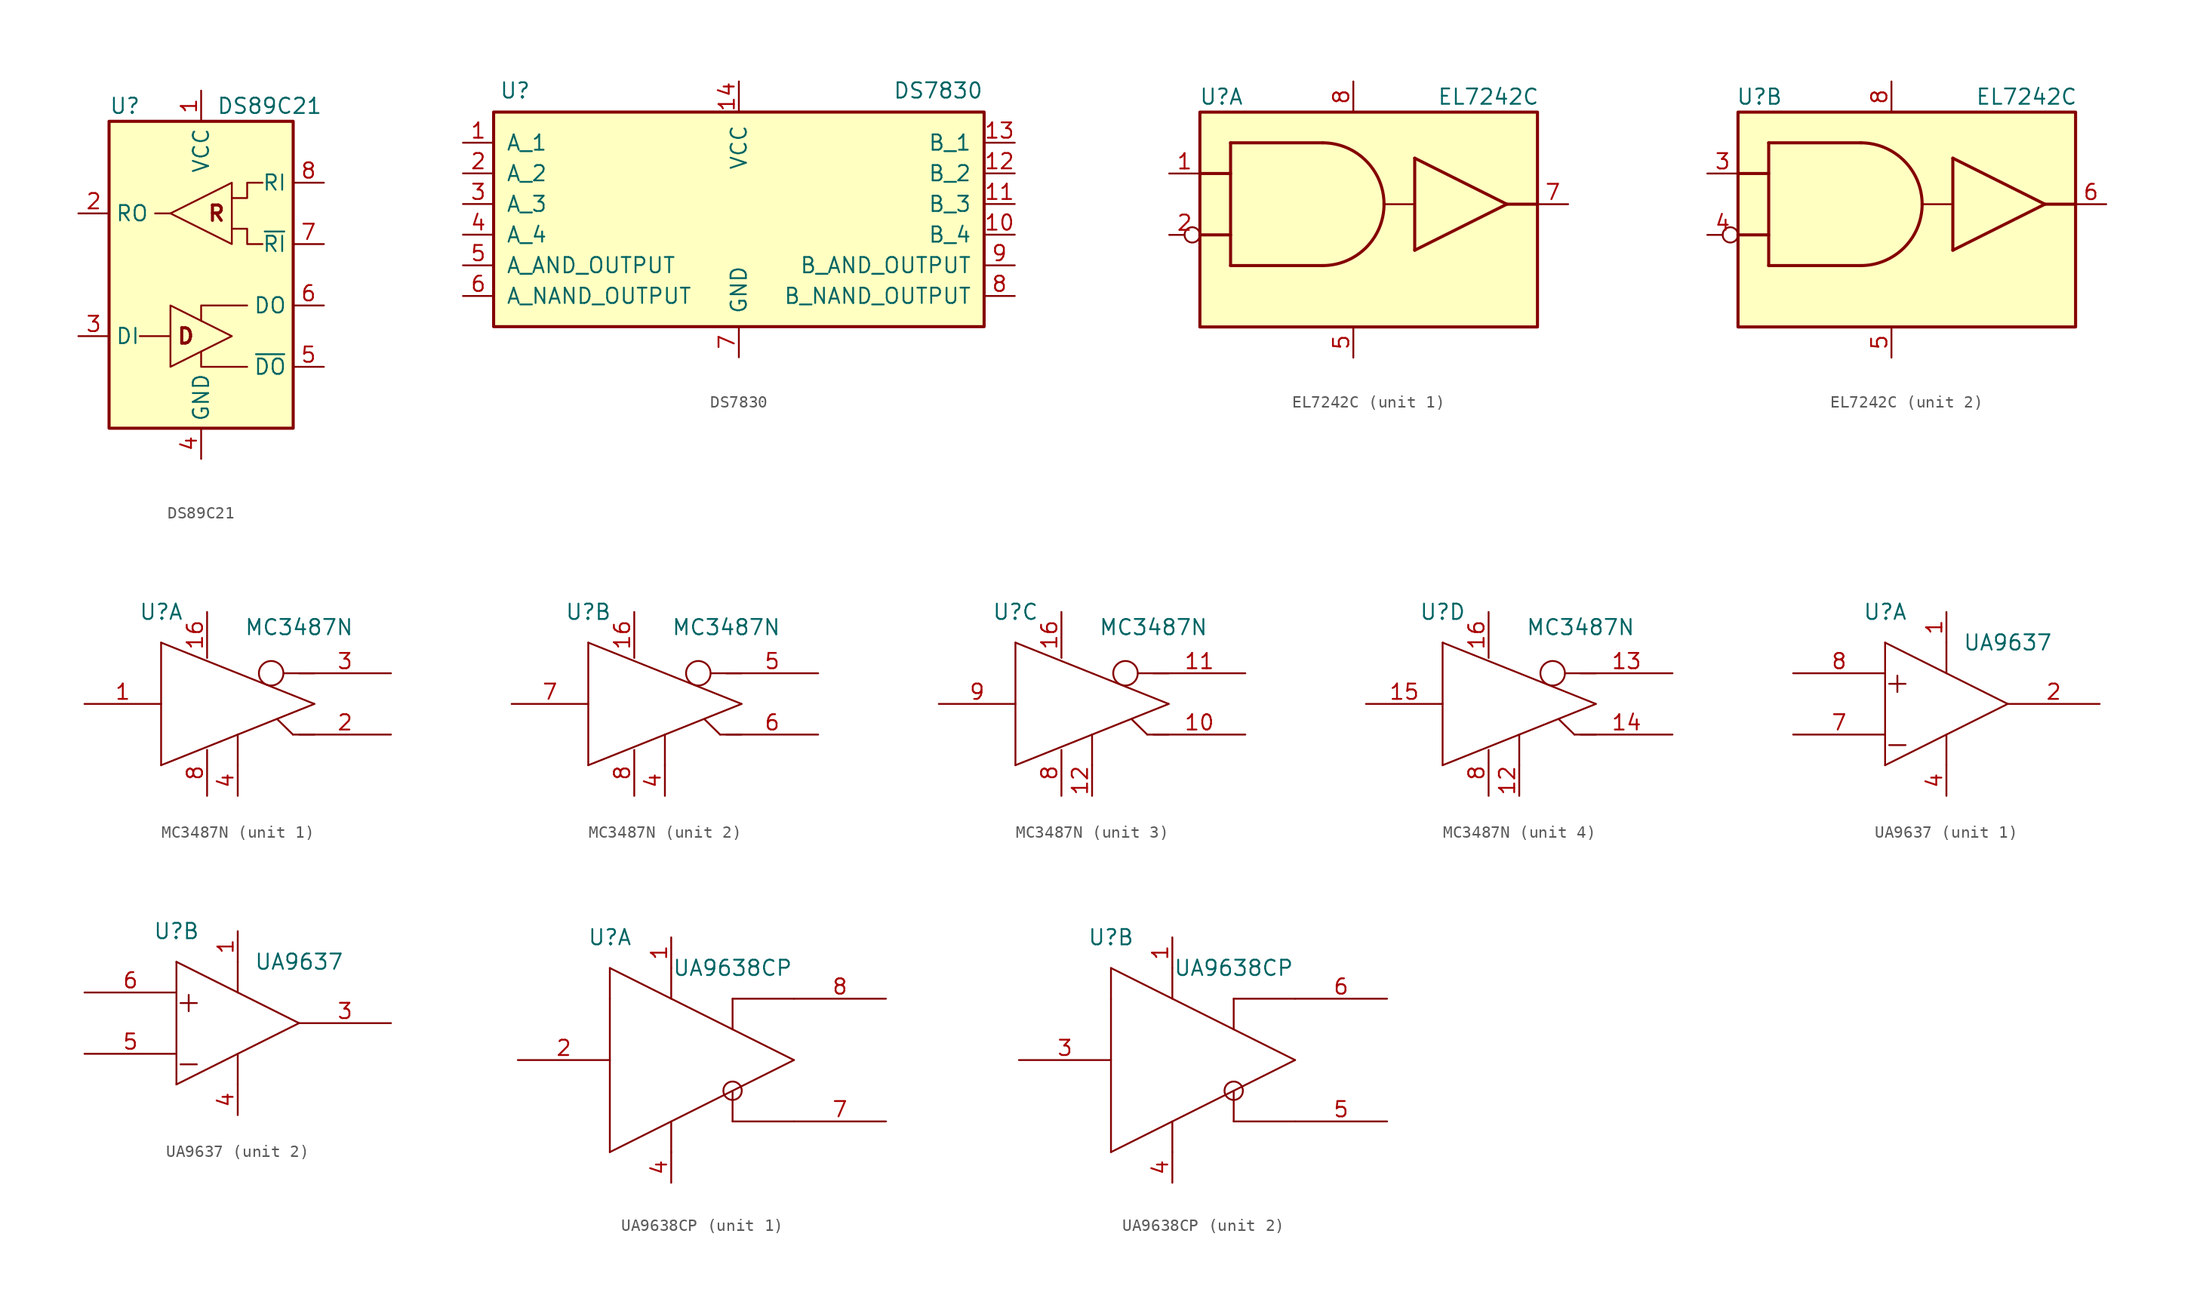
<source format=kicad_sym>
(kicad_symbol_lib
  (version 20201005)
  (generator kicad_symbol_editor)
  (symbol "DS89C21"
    (property "Reference" "U"
      (at -7.62 13.97 0)
      (effects (font (size 1.27 1.27)) (justify left)))
    (property "Value" "DS89C21"
      (at 1.27 13.97 0)
      (effects (font (size 1.27 1.27)) (justify left)))
    (symbol "DS89C21_0_0"
      (text "D" (at -1.27 -5.08 0) (effects (font (size 1.27 1.27) bold)))
      (text "R" (at 1.27 5.08 0) (effects (font (size 1.27 1.27) bold))))
    (symbol "DS89C21_0_1"
      (rectangle (start -7.62 12.7) (end 7.62 -12.7) (stroke (width 0.254)) (fill (type background)))
      (polyline (pts (xy -5.08 -5.08) (xy -2.54 -5.08)) (stroke (width 0)) (fill (type none)))
      (polyline (pts (xy -2.54 5.08) (xy -3.81 5.08)) (stroke (width 0)) (fill (type none)))
      (polyline (pts (xy 3.81 -7.62) (xy 0 -7.62) (xy 0 -6.35)) (stroke (width 0)) (fill (type none)))
      (polyline (pts (xy 3.81 -2.54) (xy 0 -2.54) (xy 0 -3.81)) (stroke (width 0)) (fill (type none)))
      (polyline (pts (xy -2.54 -2.54) (xy -2.54 -7.62) (xy 2.54 -5.08) (xy -2.54 -2.54)) (stroke (width 0)) (fill (type none)))
      (polyline (pts (xy 2.54 3.81) (xy 3.81 3.81) (xy 3.81 2.54) (xy 5.08 2.54)) (stroke (width 0)) (fill (type none)))
      (polyline (pts (xy 2.54 6.35) (xy 3.81 6.35) (xy 3.81 7.62) (xy 5.08 7.62)) (stroke (width 0)) (fill (type none)))
      (polyline (pts (xy 2.54 7.62) (xy 2.54 2.54) (xy -2.54 5.08) (xy 2.54 7.62)) (stroke (width 0)) (fill (type none))))
    (symbol "DS89C21_1_1"
      (pin power_in line (at 0 15.24 270) (length 2.54) (name "VCC" (effects (font (size 1.27 1.27)))) (number "1" (effects (font (size 1.27 1.27)))))
      (pin output line (at -10.16 5.08 0) (length 2.54) (name "RO" (effects (font (size 1.27 1.27)))) (number "2" (effects (font (size 1.27 1.27)))))
      (pin input line (at -10.16 -5.08 0) (length 2.54) (name "DI" (effects (font (size 1.27 1.27)))) (number "3" (effects (font (size 1.27 1.27)))))
      (pin power_in line (at 0 -15.24 90) (length 2.54) (name "GND" (effects (font (size 1.27 1.27)))) (number "4" (effects (font (size 1.27 1.27)))))
      (pin output line (at 10.16 -7.62 180) (length 2.54) (name "~DO" (effects (font (size 1.27 1.27)))) (number "5" (effects (font (size 1.27 1.27)))))
      (pin output line (at 10.16 -2.54 180) (length 2.54) (name "DO" (effects (font (size 1.27 1.27)))) (number "6" (effects (font (size 1.27 1.27)))))
      (pin input line (at 10.16 2.54 180) (length 2.54) (name "~RI" (effects (font (size 1.27 1.27)))) (number "7" (effects (font (size 1.27 1.27)))))
      (pin input line (at 10.16 7.62 180) (length 2.54) (name "RI" (effects (font (size 1.27 1.27)))) (number "8" (effects (font (size 1.27 1.27)))))))
  (symbol "DS7830"
    (pin_names
      (offset 1.016))
    (property "Reference" "U"
      (at -18.542 9.398 0)
      (effects (font (size 1.27 1.27))))
    (property "Value" "DS7830"
      (at 16.51 9.398 0)
      (effects (font (size 1.27 1.27))))
    (symbol "DS7830_0_1"
      (rectangle (start -20.32 7.62) (end 20.32 -10.16) (stroke (width 0.254)) (fill (type background))))
    (symbol "DS7830_1_1"
      (pin input line (at -22.86 5.08 0) (length 2.54) (name "A_1" (effects (font (size 1.27 1.27)))) (number "1" (effects (font (size 1.27 1.27)))))
      (pin input line (at -22.86 2.54 0) (length 2.54) (name "A_2" (effects (font (size 1.27 1.27)))) (number "2" (effects (font (size 1.27 1.27)))))
      (pin input line (at -22.86 0 0) (length 2.54) (name "A_3" (effects (font (size 1.27 1.27)))) (number "3" (effects (font (size 1.27 1.27)))))
      (pin input line (at -22.86 -2.54 0) (length 2.54) (name "A_4" (effects (font (size 1.27 1.27)))) (number "4" (effects (font (size 1.27 1.27)))))
      (pin input line (at -22.86 -5.08 0) (length 2.54) (name "A_AND_OUTPUT" (effects (font (size 1.27 1.27)))) (number "5" (effects (font (size 1.27 1.27)))))
      (pin input line (at -22.86 -7.62 0) (length 2.54) (name "A_NAND_OUTPUT" (effects (font (size 1.27 1.27)))) (number "6" (effects (font (size 1.27 1.27)))))
      (pin power_in line (at 0 -12.7 90) (length 2.54) (name "GND" (effects (font (size 1.27 1.27)))) (number "7" (effects (font (size 1.27 1.27)))))
      (pin input line (at 22.86 -7.62 180) (length 2.54) (name "B_NAND_OUTPUT" (effects (font (size 1.27 1.27)))) (number "8" (effects (font (size 1.27 1.27)))))
      (pin input line (at 22.86 -5.08 180) (length 2.54) (name "B_AND_OUTPUT" (effects (font (size 1.27 1.27)))) (number "9" (effects (font (size 1.27 1.27)))))
      (pin input line (at 22.86 -2.54 180) (length 2.54) (name "B_4" (effects (font (size 1.27 1.27)))) (number "10" (effects (font (size 1.27 1.27)))))
      (pin input line (at 22.86 0 180) (length 2.54) (name "B_3" (effects (font (size 1.27 1.27)))) (number "11" (effects (font (size 1.27 1.27)))))
      (pin input line (at 22.86 2.54 180) (length 2.54) (name "B_2" (effects (font (size 1.27 1.27)))) (number "12" (effects (font (size 1.27 1.27)))))
      (pin input line (at 22.86 5.08 180) (length 2.54) (name "B_1" (effects (font (size 1.27 1.27)))) (number "13" (effects (font (size 1.27 1.27)))))
      (pin power_in line (at 0 10.16 270) (length 2.54) (name "VCC" (effects (font (size 1.27 1.27)))) (number "14" (effects (font (size 1.27 1.27)))))))
  (symbol "EL7242C"
    (pin_names
      (offset 0.762) hide)
    (property "Reference" "U"
      (at -10.922 8.89 0)
      (effects (font (size 1.27 1.27))))
    (property "Value" "EL7242C"
      (at 11.176 8.89 0)
      (effects (font (size 1.27 1.27))))
    (symbol "EL7242C_0_0"
      (pin power_in line (at 0 -12.7 90) (length 2.54) (name "GND" (effects (font (size 1.27 1.27)))) (number "5" (effects (font (size 1.27 1.27)))))
      (pin power_in line (at 0 10.16 270) (length 2.54) (name "V+" (effects (font (size 1.27 1.27)))) (number "8" (effects (font (size 1.27 1.27))))))
    (symbol "EL7242C_0_1"
      (arc (start -2.54 5.08) (end 2.54 0) (radius (at -2.54 0) (length 5.08) (angles 89.9 0.1)) (stroke (width 0.254)) (fill (type none)))
      (arc (start -2.54 -5.08) (end 2.54 0) (radius (at -2.54 0) (length 5.08) (angles -90.1 0.1)) (stroke (width 0.254)) (fill (type none)))
      (rectangle (start -12.7 7.62) (end 15.24 -10.16) (stroke (width 0.254)) (fill (type background)))
      (polyline (pts (xy -12.7 -2.54) (xy -10.16 -2.54)) (stroke (width 0.254)) (fill (type none)))
      (polyline (pts (xy -12.7 2.54) (xy -10.16 2.54)) (stroke (width 0.254)) (fill (type none)))
      (polyline (pts (xy -10.16 -5.08) (xy -2.54 -5.08)) (stroke (width 0.254)) (fill (type none)))
      (polyline (pts (xy -10.16 5.08) (xy -10.16 -5.08)) (stroke (width 0.254)) (fill (type none)))
      (polyline (pts (xy -2.54 5.08) (xy -10.16 5.08)) (stroke (width 0.254)) (fill (type none)))
      (polyline (pts (xy 5.08 -3.81) (xy 12.7 0)) (stroke (width 0.254)) (fill (type none)))
      (polyline (pts (xy 5.08 0) (xy 2.54 0)) (stroke (width 0)) (fill (type none)))
      (polyline (pts (xy 5.08 3.81) (xy 5.08 -3.81)) (stroke (width 0.254)) (fill (type none)))
      (polyline (pts (xy 12.7 0) (xy 5.08 3.81)) (stroke (width 0.254)) (fill (type none)))
      (polyline (pts (xy 12.7 0) (xy 15.24 0)) (stroke (width 0.254)) (fill (type none))))
    (symbol "EL7242C_1_1"
      (pin input line (at -15.24 2.54 0) (length 2.54) (name "IN1" (effects (font (size 1.27 1.27)))) (number "1" (effects (font (size 1.27 1.27)))))
      (pin input inverted (at -15.24 -2.54 0) (length 2.54) (name "IN" (effects (font (size 1.27 1.27)))) (number "2" (effects (font (size 1.27 1.27)))))
      (pin output line (at 17.78 0 180) (length 2.54) (name "OUT" (effects (font (size 1.27 1.27)))) (number "7" (effects (font (size 1.27 1.27))))))
    (symbol "EL7242C_2_1"
      (pin input line (at -15.24 2.54 0) (length 2.54) (name "IN1" (effects (font (size 1.27 1.27)))) (number "3" (effects (font (size 1.27 1.27)))))
      (pin input inverted (at -15.24 -2.54 0) (length 2.54) (name "IN" (effects (font (size 1.27 1.27)))) (number "4" (effects (font (size 1.27 1.27)))))
      (pin output line (at 17.78 0 180) (length 2.54) (name "OUT" (effects (font (size 1.27 1.27)))) (number "6" (effects (font (size 1.27 1.27)))))))
  (symbol "MC3487N"
    (pin_names
      (offset 1.016) hide)
    (property "Reference" "U"
      (at -6.35 7.62 0)
      (effects (font (size 1.27 1.27))))
    (property "Value" "MC3487N"
      (at 5.08 6.35 0)
      (effects (font (size 1.27 1.27))))
    (symbol "MC3487N_0_1"
      (circle (center 2.769 2.54) (radius 1.016) (stroke (width 0)) (fill (type none)))
      (polyline (pts (xy -6.35 -5.08) (xy 6.35 0)) (stroke (width 0)) (fill (type none)))
      (polyline (pts (xy -6.35 5.08) (xy -6.35 -5.08)) (stroke (width 0)) (fill (type none)))
      (polyline (pts (xy 0 -5.08) (xy 0 -2.54)) (stroke (width 0)) (fill (type none)))
      (polyline (pts (xy 3.81 2.54) (xy 6.35 2.54)) (stroke (width 0)) (fill (type none)))
      (polyline (pts (xy 4.572 -2.54) (xy 3.277 -1.27)) (stroke (width 0)) (fill (type none)))
      (polyline (pts (xy 6.35 -2.54) (xy 4.572 -2.54)) (stroke (width 0)) (fill (type none)))
      (polyline (pts (xy 6.35 0) (xy -6.35 5.08)) (stroke (width 0)) (fill (type none))))
    (symbol "MC3487N_1_1"
      (pin input line (at -12.7 0 0) (length 6.35) (name "INPUT" (effects (font (size 1.27 1.27)))) (number "1" (effects (font (size 1.27 1.27)))))
      (pin tri_state line (at 12.7 -2.54 180) (length 7.62) (name "OUT+" (effects (font (size 1.27 1.27)))) (number "2" (effects (font (size 1.27 1.27)))))
      (pin tri_state line (at 12.7 2.54 180) (length 7.62) (name "OUT-" (effects (font (size 1.27 1.27)))) (number "3" (effects (font (size 1.27 1.27)))))
      (pin input line (at 0 -7.62 90) (length 2.54) (name "ENABLE" (effects (font (size 1.27 1.27)))) (number "4" (effects (font (size 1.27 1.27)))))
      (pin power_in line (at -2.54 -7.62 90) (length 3.81) (name "GND" (effects (font (size 1.27 1.27)))) (number "8" (effects (font (size 1.27 1.27)))))
      (pin power_in line (at -2.54 7.62 270) (length 3.81) (name "VCC" (effects (font (size 1.27 1.27)))) (number "16" (effects (font (size 1.27 1.27))))))
    (symbol "MC3487N_2_1"
      (pin input line (at 0 -7.62 90) (length 2.54) (name "ENABLE" (effects (font (size 1.27 1.27)))) (number "4" (effects (font (size 1.27 1.27)))))
      (pin tri_state line (at 12.7 2.54 180) (length 7.62) (name "OUT-" (effects (font (size 1.27 1.27)))) (number "5" (effects (font (size 1.27 1.27)))))
      (pin tri_state line (at 12.7 -2.54 180) (length 7.62) (name "OUT+" (effects (font (size 1.27 1.27)))) (number "6" (effects (font (size 1.27 1.27)))))
      (pin input line (at -12.7 0 0) (length 6.35) (name "INPUT" (effects (font (size 1.27 1.27)))) (number "7" (effects (font (size 1.27 1.27)))))
      (pin power_in line (at -2.54 -7.62 90) (length 3.81) (name "GND" (effects (font (size 1.27 1.27)))) (number "8" (effects (font (size 1.27 1.27)))))
      (pin power_in line (at -2.54 7.62 270) (length 3.81) (name "VCC" (effects (font (size 1.27 1.27)))) (number "16" (effects (font (size 1.27 1.27))))))
    (symbol "MC3487N_3_1"
      (pin power_in line (at -2.54 -7.62 90) (length 3.81) (name "GND" (effects (font (size 1.27 1.27)))) (number "8" (effects (font (size 1.27 1.27)))))
      (pin input line (at -12.7 0 0) (length 6.35) (name "INPUT" (effects (font (size 1.27 1.27)))) (number "9" (effects (font (size 1.27 1.27)))))
      (pin tri_state line (at 12.7 -2.54 180) (length 7.62) (name "OUT+" (effects (font (size 1.27 1.27)))) (number "10" (effects (font (size 1.27 1.27)))))
      (pin tri_state line (at 12.7 2.54 180) (length 7.62) (name "OUT-" (effects (font (size 1.27 1.27)))) (number "11" (effects (font (size 1.27 1.27)))))
      (pin input line (at 0 -7.62 90) (length 2.54) (name "ENABLE" (effects (font (size 1.27 1.27)))) (number "12" (effects (font (size 1.27 1.27)))))
      (pin power_in line (at -2.54 7.62 270) (length 3.81) (name "VCC" (effects (font (size 1.27 1.27)))) (number "16" (effects (font (size 1.27 1.27))))))
    (symbol "MC3487N_4_1"
      (pin power_in line (at -2.54 -7.62 90) (length 3.81) (name "GND" (effects (font (size 1.27 1.27)))) (number "8" (effects (font (size 1.27 1.27)))))
      (pin input line (at 0 -7.62 90) (length 2.54) (name "ENABLE" (effects (font (size 1.27 1.27)))) (number "12" (effects (font (size 1.27 1.27)))))
      (pin tri_state line (at 12.7 2.54 180) (length 7.62) (name "OUT-" (effects (font (size 1.27 1.27)))) (number "13" (effects (font (size 1.27 1.27)))))
      (pin tri_state line (at 12.7 -2.54 180) (length 7.62) (name "OUT+" (effects (font (size 1.27 1.27)))) (number "14" (effects (font (size 1.27 1.27)))))
      (pin input line (at -12.7 0 0) (length 6.35) (name "INPUT" (effects (font (size 1.27 1.27)))) (number "15" (effects (font (size 1.27 1.27)))))
      (pin power_in line (at -2.54 7.62 270) (length 3.81) (name "VCC" (effects (font (size 1.27 1.27)))) (number "16" (effects (font (size 1.27 1.27)))))))
  (symbol "UA9637"
    (pin_names
      (offset 1.016) hide)
    (property "Reference" "U"
      (at -5.08 7.62 0)
      (effects (font (size 1.27 1.27))))
    (property "Value" "UA9637"
      (at 5.08 5.08 0)
      (effects (font (size 1.27 1.27))))
    (symbol "UA9637_0_1"
      (text "+" (at -4.064 1.803 0) (effects (font (size 1.778 1.778))))
      (text "-" (at -4.064 -3.277 0) (effects (font (size 1.778 1.778))))
      (polyline (pts (xy -5.08 5.08) (xy -5.08 -5.08)) (stroke (width 0)) (fill (type none)))
      (polyline (pts (xy -5.08 5.08) (xy 5.08 0)) (stroke (width 0)) (fill (type none)))
      (polyline (pts (xy 0 -2.54) (xy 0 -5.08)) (stroke (width 0)) (fill (type none)))
      (polyline (pts (xy 0 5.08) (xy 0 2.54)) (stroke (width 0)) (fill (type none)))
      (polyline (pts (xy 5.08 0) (xy -5.08 -5.08)) (stroke (width 0)) (fill (type none))))
    (symbol "UA9637_1_1"
      (pin power_in line (at 0 7.62 270) (length 2.54) (name "VCC" (effects (font (size 1.27 1.27)))) (number "1" (effects (font (size 1.27 1.27)))))
      (pin output line (at 12.7 0 180) (length 7.62) (name "OUT" (effects (font (size 1.27 1.27)))) (number "2" (effects (font (size 1.27 1.27)))))
      (pin power_in line (at 0 -7.62 90) (length 2.54) (name "GND" (effects (font (size 1.27 1.27)))) (number "4" (effects (font (size 1.27 1.27)))))
      (pin input line (at -12.7 -2.54 0) (length 7.62) (name "IN-" (effects (font (size 1.27 1.27)))) (number "7" (effects (font (size 1.27 1.27)))))
      (pin input line (at -12.7 2.54 0) (length 7.62) (name "IN+" (effects (font (size 1.27 1.27)))) (number "8" (effects (font (size 1.27 1.27))))))
    (symbol "UA9637_2_1"
      (pin power_in line (at 0 7.62 270) (length 2.54) (name "VCC" (effects (font (size 1.27 1.27)))) (number "1" (effects (font (size 1.27 1.27)))))
      (pin output line (at 12.7 0 180) (length 7.62) (name "OUT" (effects (font (size 1.27 1.27)))) (number "3" (effects (font (size 1.27 1.27)))))
      (pin power_in line (at 0 -7.62 90) (length 2.54) (name "GND" (effects (font (size 1.27 1.27)))) (number "4" (effects (font (size 1.27 1.27)))))
      (pin input line (at -12.7 -2.54 0) (length 7.62) (name "IN-" (effects (font (size 1.27 1.27)))) (number "5" (effects (font (size 1.27 1.27)))))
      (pin input line (at -12.7 2.54 0) (length 7.62) (name "IN+" (effects (font (size 1.27 1.27)))) (number "6" (effects (font (size 1.27 1.27)))))))
  (symbol "UA9638CP"
    (pin_names
      (offset 1.016) hide)
    (property "Reference" "U"
      (at -7.62 10.16 0)
      (effects (font (size 1.27 1.27))))
    (property "Value" "UA9638CP"
      (at 2.54 7.62 0)
      (effects (font (size 1.27 1.27))))
    (symbol "UA9638CP_0_1"
      (circle (center 2.54 -2.54) (radius 0.762) (stroke (width 0)) (fill (type none)))
      (polyline (pts (xy -7.62 5.08) (xy -7.62 -7.62)) (stroke (width 0)) (fill (type none)))
      (polyline (pts (xy -7.62 5.08) (xy -7.62 7.62)) (stroke (width 0)) (fill (type none)))
      (polyline (pts (xy -7.62 7.62) (xy 7.62 0)) (stroke (width 0)) (fill (type none)))
      (polyline (pts (xy -2.54 -5.08) (xy -2.54 -7.62)) (stroke (width 0)) (fill (type none)))
      (polyline (pts (xy -2.54 5.08) (xy -2.54 7.62)) (stroke (width 0)) (fill (type none)))
      (polyline (pts (xy 2.54 -5.08) (xy 7.62 -5.08)) (stroke (width 0)) (fill (type none)))
      (polyline (pts (xy 2.54 -2.54) (xy 2.54 -5.08)) (stroke (width 0)) (fill (type none)))
      (polyline (pts (xy 2.54 5.08) (xy 2.54 2.54)) (stroke (width 0)) (fill (type none)))
      (polyline (pts (xy 7.62 0) (xy -7.62 -7.62)) (stroke (width 0)) (fill (type none)))
      (polyline (pts (xy 7.62 5.08) (xy 2.54 5.08)) (stroke (width 0)) (fill (type none))))
    (symbol "UA9638CP_1_1"
      (pin power_in line (at -2.54 10.16 270) (length 2.54) (name "VCC" (effects (font (size 1.27 1.27)))) (number "1" (effects (font (size 1.27 1.27)))))
      (pin input line (at -15.24 0 0) (length 7.62) (name "IN" (effects (font (size 1.27 1.27)))) (number "2" (effects (font (size 1.27 1.27)))))
      (pin power_in line (at -2.54 -10.16 90) (length 2.54) (name "GND" (effects (font (size 1.27 1.27)))) (number "4" (effects (font (size 1.27 1.27)))))
      (pin output line (at 15.24 -5.08 180) (length 7.62) (name "OUTA" (effects (font (size 1.27 1.27)))) (number "7" (effects (font (size 1.27 1.27)))))
      (pin output line (at 15.24 5.08 180) (length 7.62) (name "OUTB" (effects (font (size 1.27 1.27)))) (number "8" (effects (font (size 1.27 1.27))))))
    (symbol "UA9638CP_2_1"
      (pin power_in line (at -2.54 10.16 270) (length 2.54) (name "VCC" (effects (font (size 1.27 1.27)))) (number "1" (effects (font (size 1.27 1.27)))))
      (pin input line (at -15.24 0 0) (length 7.62) (name "IN" (effects (font (size 1.27 1.27)))) (number "3" (effects (font (size 1.27 1.27)))))
      (pin power_in line (at -2.54 -10.16 90) (length 2.54) (name "GND" (effects (font (size 1.27 1.27)))) (number "4" (effects (font (size 1.27 1.27)))))
      (pin output line (at 15.24 -5.08 180) (length 7.62) (name "OUTA" (effects (font (size 1.27 1.27)))) (number "5" (effects (font (size 1.27 1.27)))))
      (pin output line (at 15.24 5.08 180) (length 7.62) (name "OUTB" (effects (font (size 1.27 1.27)))) (number "6" (effects (font (size 1.27 1.27))))))))
</source>
